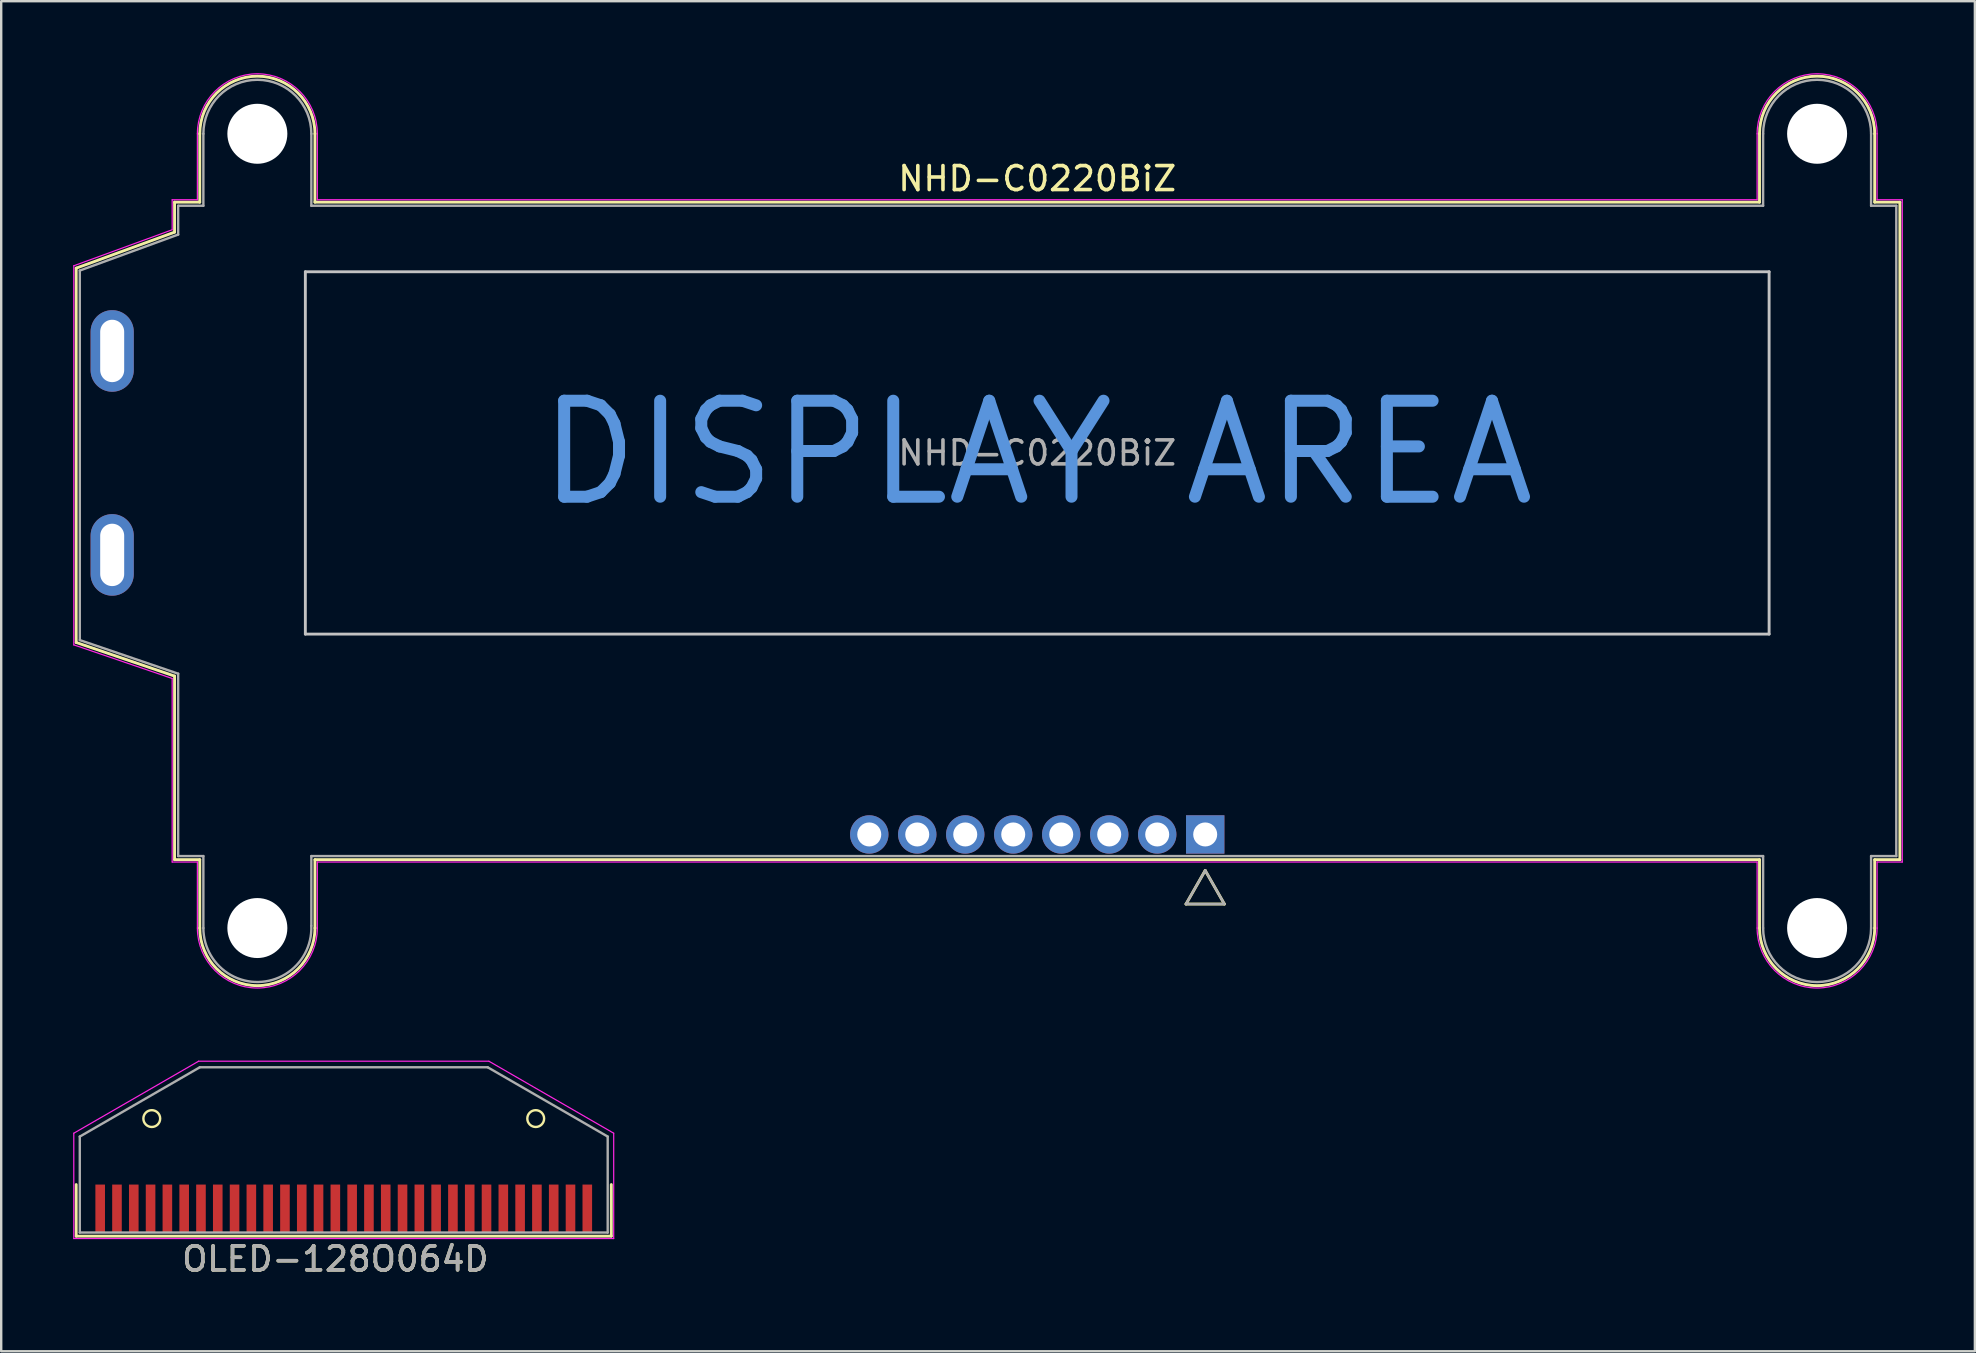
<source format=kicad_pcb>
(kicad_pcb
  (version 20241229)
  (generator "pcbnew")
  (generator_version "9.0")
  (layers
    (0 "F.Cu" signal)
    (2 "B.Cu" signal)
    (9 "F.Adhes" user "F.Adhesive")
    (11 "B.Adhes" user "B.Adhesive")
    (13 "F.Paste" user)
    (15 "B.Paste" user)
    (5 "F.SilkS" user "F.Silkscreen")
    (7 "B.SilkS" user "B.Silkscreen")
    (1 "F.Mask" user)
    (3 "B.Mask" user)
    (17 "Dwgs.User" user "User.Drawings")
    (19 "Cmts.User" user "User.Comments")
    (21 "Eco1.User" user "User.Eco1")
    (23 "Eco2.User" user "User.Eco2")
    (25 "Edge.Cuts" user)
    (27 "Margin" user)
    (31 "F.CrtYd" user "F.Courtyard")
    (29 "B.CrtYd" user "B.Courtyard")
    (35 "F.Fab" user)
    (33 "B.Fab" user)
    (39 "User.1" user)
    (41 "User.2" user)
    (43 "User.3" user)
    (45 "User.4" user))
  (footprint "NHD-C0220BiZ"
    (layer "F.Cu")
    (at 40.175 15.825)
    (property "Reference" "NHD-C0220BiZ" (at 0 -11.43 0) (layer "F.SilkS") (effects (font (size 1 1) (thickness 0.15))))
    (attr through_hole)
    (fp_line (start -40.05 -7.7) (end -40.05 7.9) (stroke (width 0.12) (type solid)) (layer "F.SilkS"))
    (fp_line (start -40.05 7.9) (end -35.95 9.3) (stroke (width 0.12) (type solid)) (layer "F.SilkS"))
    (fp_line (start -35.95 -10.45) (end -35.95 -9.2) (stroke (width 0.12) (type solid)) (layer "F.SilkS"))
    (fp_line (start -35.95 -9.2) (end -40.05 -7.7) (stroke (width 0.12) (type solid)) (layer "F.SilkS"))
    (fp_line (start -35.95 9.3) (end -35.95 16.95) (stroke (width 0.12) (type solid)) (layer "F.SilkS"))
    (fp_line (start -35.95 16.95) (end -34.9 16.95) (stroke (width 0.12) (type solid)) (layer "F.SilkS"))
    (fp_line (start -34.9 -13.3) (end -34.9 -10.45) (stroke (width 0.12) (type solid)) (layer "F.SilkS"))
    (fp_line (start -34.9 -10.45) (end -35.95 -10.45) (stroke (width 0.12) (type solid)) (layer "F.SilkS"))
    (fp_line (start -34.9 16.95) (end -34.9 19.8) (stroke (width 0.12) (type solid)) (layer "F.SilkS"))
    (fp_line (start -30.1 -10.45) (end -30.1 -13.3) (stroke (width 0.12) (type solid)) (layer "F.SilkS"))
    (fp_line (start -30.1 16.95) (end 30.1 16.95) (stroke (width 0.12) (type solid)) (layer "F.SilkS"))
    (fp_line (start -30.1 19.8) (end -30.1 16.95) (stroke (width 0.12) (type solid)) (layer "F.SilkS"))
    (fp_line (start 6.2 18.8) (end 7 17.4) (stroke (width 0.12) (type solid)) (layer "F.SilkS"))
    (fp_line (start 6.2 18.8) (end 7.8 18.8) (stroke (width 0.12) (type solid)) (layer "F.SilkS"))
    (fp_line (start 7 17.4) (end 7.8 18.8) (stroke (width 0.12) (type solid)) (layer "F.SilkS"))
    (fp_line (start 30.1 -13.3) (end 30.1 -10.45) (stroke (width 0.12) (type solid)) (layer "F.SilkS"))
    (fp_line (start 30.1 -10.45) (end -30.1 -10.45) (stroke (width 0.12) (type solid)) (layer "F.SilkS"))
    (fp_line (start 30.1 16.95) (end 30.1 19.8) (stroke (width 0.12) (type solid)) (layer "F.SilkS"))
    (fp_line (start 34.9 -10.45) (end 34.9 -13.3) (stroke (width 0.12) (type solid)) (layer "F.SilkS"))
    (fp_line (start 34.9 16.95) (end 35.95 16.95) (stroke (width 0.12) (type solid)) (layer "F.SilkS"))
    (fp_line (start 34.9 19.8) (end 34.9 16.95) (stroke (width 0.12) (type solid)) (layer "F.SilkS"))
    (fp_line (start 35.95 -10.45) (end 34.9 -10.45) (stroke (width 0.12) (type solid)) (layer "F.SilkS"))
    (fp_line (start 35.95 16.95) (end 35.95 -10.45) (stroke (width 0.12) (type solid)) (layer "F.SilkS"))
    (fp_arc (start -34.9 -13.3) (mid -32.5 -15.7) (end -30.1 -13.3) (stroke (width 0.12) (type solid)) (layer "F.SilkS"))
    (fp_arc (start -30.1 19.8) (mid -32.5 22.2) (end -34.9 19.8) (stroke (width 0.12) (type solid)) (layer "F.SilkS"))
    (fp_arc (start 30.1 -13.3) (mid 32.5 -15.7) (end 34.9 -13.3) (stroke (width 0.12) (type solid)) (layer "F.SilkS"))
    (fp_arc (start 34.9 19.8) (mid 32.5 22.2) (end 30.1 19.8) (stroke (width 0.12) (type solid)) (layer "F.SilkS"))
    (fp_line (start -30.5 -7.55) (end 30.5 -7.55) (stroke (width 0.12) (type solid)) (layer "Dwgs.User"))
    (fp_line (start -30.5 7.55) (end -30.5 -7.55) (stroke (width 0.12) (type solid)) (layer "Dwgs.User"))
    (fp_line (start 30.5 -7.55) (end 30.5 7.55) (stroke (width 0.12) (type solid)) (layer "Dwgs.User"))
    (fp_line (start 30.5 7.55) (end -30.5 7.55) (stroke (width 0.12) (type solid)) (layer "Dwgs.User"))
    (fp_line (start -40.15 -7.8) (end -36.05 -9.3) (stroke (width 0.05) (type solid)) (layer "F.CrtYd"))
    (fp_line (start -40.15 8) (end -40.15 -7.8) (stroke (width 0.05) (type solid)) (layer "F.CrtYd"))
    (fp_line (start -36.05 -10.55) (end -35 -10.55) (stroke (width 0.05) (type solid)) (layer "F.CrtYd"))
    (fp_line (start -36.05 -9.3) (end -36.05 -10.55) (stroke (width 0.05) (type solid)) (layer "F.CrtYd"))
    (fp_line (start -36.05 9.4) (end -40.15 8) (stroke (width 0.05) (type solid)) (layer "F.CrtYd"))
    (fp_line (start -36.05 17.05) (end -36.05 9.4) (stroke (width 0.05) (type solid)) (layer "F.CrtYd"))
    (fp_line (start -35 -10.55) (end -35 -13.3) (stroke (width 0.05) (type solid)) (layer "F.CrtYd"))
    (fp_line (start -35 17.05) (end -36.05 17.05) (stroke (width 0.05) (type solid)) (layer "F.CrtYd"))
    (fp_line (start -35 19.8) (end -35 17.05) (stroke (width 0.05) (type solid)) (layer "F.CrtYd"))
    (fp_line (start -30 -13.3) (end -30 -10.55) (stroke (width 0.05) (type solid)) (layer "F.CrtYd"))
    (fp_line (start -30 -10.55) (end 30 -10.55) (stroke (width 0.05) (type solid)) (layer "F.CrtYd"))
    (fp_line (start -30 17.05) (end -30 19.8) (stroke (width 0.05) (type solid)) (layer "F.CrtYd"))
    (fp_line (start 30 -10.55) (end 30 -13.3) (stroke (width 0.05) (type solid)) (layer "F.CrtYd"))
    (fp_line (start 30 17.05) (end -30 17.05) (stroke (width 0.05) (type solid)) (layer "F.CrtYd"))
    (fp_line (start 30 19.8) (end 30 17.05) (stroke (width 0.05) (type solid)) (layer "F.CrtYd"))
    (fp_line (start 35 -10.55) (end 35 -13.3) (stroke (width 0.05) (type solid)) (layer "F.CrtYd"))
    (fp_line (start 35 17.05) (end 35 19.8) (stroke (width 0.05) (type solid)) (layer "F.CrtYd"))
    (fp_line (start 36.05 -10.55) (end 35 -10.55) (stroke (width 0.05) (type solid)) (layer "F.CrtYd"))
    (fp_line (start 36.05 -10.55) (end 36.05 17.05) (stroke (width 0.05) (type solid)) (layer "F.CrtYd"))
    (fp_line (start 36.05 17.05) (end 35 17.05) (stroke (width 0.05) (type solid)) (layer "F.CrtYd"))
    (fp_arc (start -35 -13.3) (mid -32.5 -15.8) (end -30 -13.3) (stroke (width 0.05) (type solid)) (layer "F.CrtYd"))
    (fp_arc (start -30 19.8) (mid -32.5 22.3) (end -35 19.8) (stroke (width 0.05) (type solid)) (layer "F.CrtYd"))
    (fp_arc (start 30 -13.3) (mid 32.5 -15.8) (end 35 -13.3) (stroke (width 0.05) (type solid)) (layer "F.CrtYd"))
    (fp_arc (start 35 19.8) (mid 32.5 22.3) (end 30 19.8) (stroke (width 0.05) (type solid)) (layer "F.CrtYd"))
    (fp_line (start -39.9 -7.6) (end -35.8 -9.1) (stroke (width 0.1) (type solid)) (layer "F.Fab"))
    (fp_line (start -39.9 7.8) (end -39.9 -7.6) (stroke (width 0.1) (type solid)) (layer "F.Fab"))
    (fp_line (start -35.8 -10.3) (end -35.8 -9.1) (stroke (width 0.1) (type solid)) (layer "F.Fab"))
    (fp_line (start -35.8 -10.3) (end -34.75 -10.3) (stroke (width 0.1) (type solid)) (layer "F.Fab"))
    (fp_line (start -35.8 9.2) (end -39.9 7.8) (stroke (width 0.1) (type solid)) (layer "F.Fab"))
    (fp_line (start -35.8 9.2) (end -35.8 16.8) (stroke (width 0.1) (type solid)) (layer "F.Fab"))
    (fp_line (start -34.75 -10.3) (end -34.75 -13.3) (stroke (width 0.1) (type solid)) (layer "F.Fab"))
    (fp_line (start -34.75 16.8) (end -35.8 16.8) (stroke (width 0.1) (type solid)) (layer "F.Fab"))
    (fp_line (start -34.75 19.8) (end -34.75 16.8) (stroke (width 0.1) (type solid)) (layer "F.Fab"))
    (fp_line (start -30.25 -10.3) (end -30.25 -13.3) (stroke (width 0.1) (type solid)) (layer "F.Fab"))
    (fp_line (start -30.25 -10.3) (end 30.25 -10.3) (stroke (width 0.1) (type solid)) (layer "F.Fab"))
    (fp_line (start -30.25 16.8) (end -30.25 19.7) (stroke (width 0.1) (type solid)) (layer "F.Fab"))
    (fp_line (start -30.25 16.8) (end 30.25 16.8) (stroke (width 0.1) (type solid)) (layer "F.Fab"))
    (fp_line (start 6.2 18.8) (end 7.8 18.8) (stroke (width 0.1) (type solid)) (layer "F.Fab"))
    (fp_line (start 7 17.4) (end 6.2 18.8) (stroke (width 0.1) (type solid)) (layer "F.Fab"))
    (fp_line (start 7.8 18.8) (end 7 17.4) (stroke (width 0.1) (type solid)) (layer "F.Fab"))
    (fp_line (start 30.25 -10.3) (end 30.25 -13.3) (stroke (width 0.1) (type solid)) (layer "F.Fab"))
    (fp_line (start 30.25 19.8) (end 30.25 16.8) (stroke (width 0.1) (type solid)) (layer "F.Fab"))
    (fp_line (start 34.75 -13.3) (end 34.75 -10.3) (stroke (width 0.1) (type solid)) (layer "F.Fab"))
    (fp_line (start 34.75 -10.3) (end 35.8 -10.3) (stroke (width 0.1) (type solid)) (layer "F.Fab"))
    (fp_line (start 34.75 16.8) (end 34.75 19.8) (stroke (width 0.1) (type solid)) (layer "F.Fab"))
    (fp_line (start 35.8 -10.3) (end 35.8 16.8) (stroke (width 0.1) (type solid)) (layer "F.Fab"))
    (fp_line (start 35.8 16.8) (end 34.75 16.8) (stroke (width 0.1) (type solid)) (layer "F.Fab"))
    (fp_arc (start -34.75 -13.3) (mid -32.5 -15.55) (end -30.25 -13.3) (stroke (width 0.1) (type solid)) (layer "F.Fab"))
    (fp_arc (start -30.251542 19.716724) (mid -32.458355 22.049614) (end -34.75 19.8) (stroke (width 0.1) (type solid)) (layer "F.Fab"))
    (fp_arc (start 30.25 -13.3) (mid 32.5 -15.55) (end 34.75 -13.3) (stroke (width 0.1) (type solid)) (layer "F.Fab"))
    (fp_arc (start 34.75 19.8) (mid 32.5 22.05) (end 30.25 19.8) (stroke (width 0.1) (type solid)) (layer "F.Fab"))
    (fp_text user "DISPLAY AREA" (at 0 0 0) (layer "Cmts.User") (effects (font (size 4 4) (thickness 0.5))))
    (fp_text user "${REFERENCE}" (at 0 0 0) (layer "F.Fab") (effects (font (size 1 1) (thickness 0.15))))
    (pad "" np_thru_hole circle (at -32.5 -13.3) (size 2.5 2.5) (drill 2.5) (layers "*.Cu" "*.Mask"))
    (pad "" np_thru_hole circle (at -32.5 19.8) (size 2.5 2.5) (drill 2.5) (layers "*.Cu" "*.Mask"))
    (pad "" np_thru_hole circle (at 32.5 -13.3) (size 2.5 2.5) (drill 2.5) (layers "*.Cu" "*.Mask"))
    (pad "" np_thru_hole circle (at 32.5 19.8) (size 2.5 2.5) (drill 2.5) (layers "*.Cu" "*.Mask"))
    (pad "1" thru_hole rect (at 7 15.9) (size 1.6 1.6) (drill 1) (layers "*.Cu" "*.Mask"))
    (pad "2" thru_hole circle (at 5 15.9) (size 1.6 1.6) (drill 1) (layers "*.Cu" "*.Mask"))
    (pad "3" thru_hole circle (at 3 15.9) (size 1.6 1.6) (drill 1) (layers "*.Cu" "*.Mask"))
    (pad "4" thru_hole circle (at 1 15.9) (size 1.6 1.6) (drill 1) (layers "*.Cu" "*.Mask"))
    (pad "5" thru_hole circle (at -1 15.9) (size 1.6 1.6) (drill 1) (layers "*.Cu" "*.Mask"))
    (pad "6" thru_hole circle (at -3 15.9) (size 1.6 1.6) (drill 1) (layers "*.Cu" "*.Mask"))
    (pad "7" thru_hole circle (at -5 15.9) (size 1.6 1.6) (drill 1) (layers "*.Cu" "*.Mask"))
    (pad "8" thru_hole circle (at -7 15.9) (size 1.6 1.6) (drill 1) (layers "*.Cu" "*.Mask"))
    (pad "9" thru_hole oval (at -38.55 4.25) (size 1.8 3.4) (drill oval 1 2.6) (layers "*.Cu" "*.Mask"))
    (pad "10" thru_hole oval (at -38.55 -4.25) (size 1.8 3.4) (drill oval 1 2.6) (layers "*.Cu" "*.Mask")))
  (footprint "OLED-128O064D"
    (layer "F.Cu")
    (at 11.275 47.315)
    (property "Reference" "OLED-128O064D" (at -0.35 2.1 0) (layer "F.SilkS") (effects (font (size 1 1) (thickness 0.15))))
    (attr smd)
    (fp_line (start -11.15 -1) (end -11.15 1.15) (stroke (width 0.12) (type solid)) (layer "F.SilkS"))
    (fp_line (start -11.15 1.15) (end 11.15 1.15) (stroke (width 0.12) (type solid)) (layer "F.SilkS"))
    (fp_line (start 11.15 1.15) (end 11.15 -1) (stroke (width 0.12) (type solid)) (layer "F.SilkS"))
    (fp_circle (center -8 -3.75) (end -7.65 -3.75) (stroke (width 0.1) (type solid)) (fill no) (layer "F.SilkS"))
    (fp_circle (center 8 -3.75) (end 8.35 -3.75) (stroke (width 0.1) (type solid)) (fill no) (layer "F.SilkS"))
    (fp_line (start -11.25 -3.14) (end -11.25 1.25) (stroke (width 0.05) (type solid)) (layer "F.CrtYd"))
    (fp_line (start -6.05 -6.14) (end -11.25 -3.14) (stroke (width 0.05) (type solid)) (layer "F.CrtYd"))
    (fp_line (start 6.05 -6.14) (end -6.05 -6.14) (stroke (width 0.05) (type solid)) (layer "F.CrtYd"))
    (fp_line (start 6.05 -6.14) (end 11.25 -3.14) (stroke (width 0.05) (type solid)) (layer "F.CrtYd"))
    (fp_line (start 11.25 1.25) (end -11.25 1.25) (stroke (width 0.05) (type solid)) (layer "F.CrtYd"))
    (fp_line (start 11.25 1.25) (end 11.25 -3.14) (stroke (width 0.05) (type solid)) (layer "F.CrtYd"))
    (fp_line (start -11 -3) (end -6 -5.887) (stroke (width 0.1) (type solid)) (layer "F.Fab"))
    (fp_line (start -11 1) (end -11 -3) (stroke (width 0.1) (type solid)) (layer "F.Fab"))
    (fp_line (start -11 1) (end 11 1) (stroke (width 0.1) (type solid)) (layer "F.Fab"))
    (fp_line (start -6 -5.887) (end 6 -5.887) (stroke (width 0.1) (type solid)) (layer "F.Fab"))
    (fp_line (start 11 -3) (end 6 -5.887) (stroke (width 0.1) (type solid)) (layer "F.Fab"))
    (fp_line (start 11 1) (end 11 -3) (stroke (width 0.1) (type solid)) (layer "F.Fab"))
    (fp_text user "${REFERENCE}" (at -0.35 2.1 0) (layer "F.Fab") (effects (font (size 1 1) (thickness 0.15))))
    (pad "1" smd rect (at -10.15 0) (size 0.4 2) (layers "F.Cu" "F.Mask" "F.Paste"))
    (pad "2" smd rect (at -9.45 0) (size 0.4 2) (layers "F.Cu" "F.Mask" "F.Paste"))
    (pad "3" smd rect (at -8.75 0) (size 0.4 2) (layers "F.Cu" "F.Mask" "F.Paste"))
    (pad "4" smd rect (at -8.05 0) (size 0.4 2) (layers "F.Cu" "F.Mask" "F.Paste"))
    (pad "5" smd rect (at -7.35 0) (size 0.4 2) (layers "F.Cu" "F.Mask" "F.Paste"))
    (pad "6" smd rect (at -6.65 0) (size 0.4 2) (layers "F.Cu" "F.Mask" "F.Paste"))
    (pad "7" smd rect (at -5.95 0) (size 0.4 2) (layers "F.Cu" "F.Mask" "F.Paste"))
    (pad "8" smd rect (at -5.25 0) (size 0.4 2) (layers "F.Cu" "F.Mask" "F.Paste"))
    (pad "9" smd rect (at -4.55 0) (size 0.4 2) (layers "F.Cu" "F.Mask" "F.Paste"))
    (pad "10" smd rect (at -3.85 0) (size 0.4 2) (layers "F.Cu" "F.Mask" "F.Paste"))
    (pad "11" smd rect (at -3.15 0) (size 0.4 2) (layers "F.Cu" "F.Mask" "F.Paste"))
    (pad "12" smd rect (at -2.45 0) (size 0.4 2) (layers "F.Cu" "F.Mask" "F.Paste"))
    (pad "13" smd rect (at -1.75 0) (size 0.4 2) (layers "F.Cu" "F.Mask" "F.Paste"))
    (pad "14" smd rect (at -1.05 0) (size 0.4 2) (layers "F.Cu" "F.Mask" "F.Paste"))
    (pad "15" smd rect (at -0.35 0) (size 0.4 2) (layers "F.Cu" "F.Mask" "F.Paste"))
    (pad "16" smd rect (at 0.35 0) (size 0.4 2) (layers "F.Cu" "F.Mask" "F.Paste"))
    (pad "17" smd rect (at 1.05 0) (size 0.4 2) (layers "F.Cu" "F.Mask" "F.Paste"))
    (pad "18" smd rect (at 1.75 0) (size 0.4 2) (layers "F.Cu" "F.Mask" "F.Paste"))
    (pad "19" smd rect (at 2.45 0) (size 0.4 2) (layers "F.Cu" "F.Mask" "F.Paste"))
    (pad "20" smd rect (at 3.15 0) (size 0.4 2) (layers "F.Cu" "F.Mask" "F.Paste"))
    (pad "21" smd rect (at 3.85 0) (size 0.4 2) (layers "F.Cu" "F.Mask" "F.Paste"))
    (pad "22" smd rect (at 4.55 0) (size 0.4 2) (layers "F.Cu" "F.Mask" "F.Paste"))
    (pad "23" smd rect (at 5.25 0) (size 0.4 2) (layers "F.Cu" "F.Mask" "F.Paste"))
    (pad "24" smd rect (at 5.95 0) (size 0.4 2) (layers "F.Cu" "F.Mask" "F.Paste"))
    (pad "25" smd rect (at 6.65 0) (size 0.4 2) (layers "F.Cu" "F.Mask" "F.Paste"))
    (pad "26" smd rect (at 7.35 0) (size 0.4 2) (layers "F.Cu" "F.Mask" "F.Paste"))
    (pad "27" smd rect (at 8.05 0) (size 0.4 2) (layers "F.Cu" "F.Mask" "F.Paste"))
    (pad "28" smd rect (at 8.75 0) (size 0.4 2) (layers "F.Cu" "F.Mask" "F.Paste"))
    (pad "29" smd rect (at 9.45 0) (size 0.4 2) (layers "F.Cu" "F.Mask" "F.Paste"))
    (pad "30" smd rect (at 10.15 0) (size 0.4 2) (layers "F.Cu" "F.Mask" "F.Paste")))
  (gr_rect
    (start -3 -3)
    (end 79.25 53.263)
    (stroke (width 0.1) (type default))
    (fill no)
    (layer "Edge.Cuts")))
</source>
